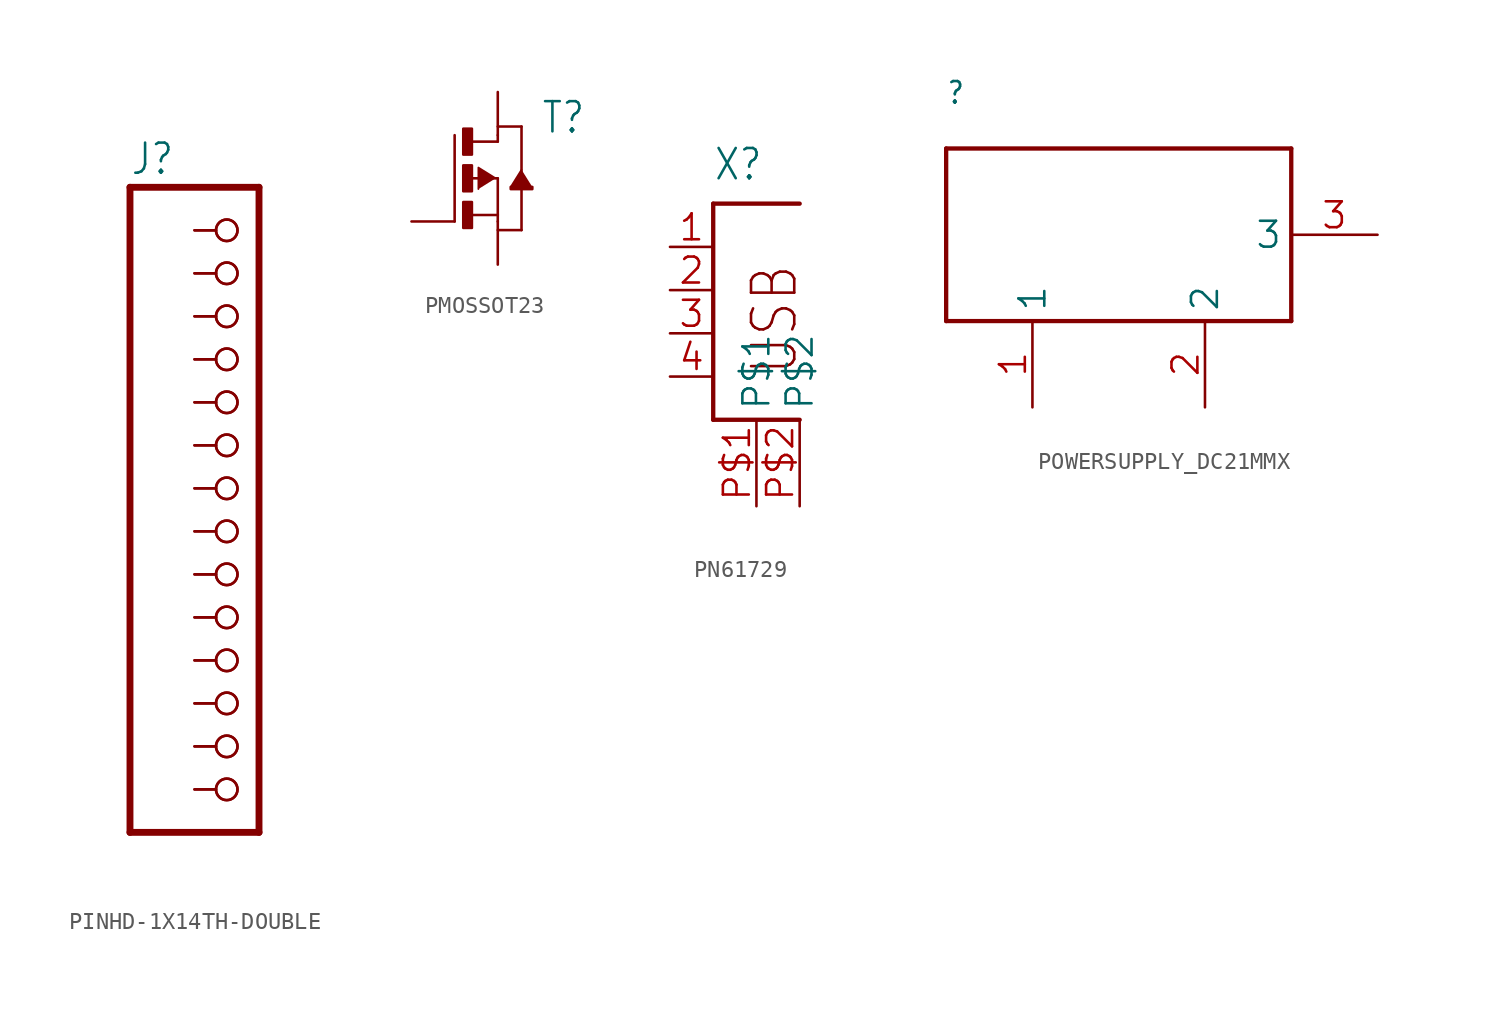
<source format=kicad_sym>
(kicad_symbol_lib
  (version 20241209)
  (generator "kicad_symbol_editor")
  (generator_version "9.0")
  (symbol "PINHD-1X14TH-DOUBLE"
    (property "Reference" "J"
      (at -6.35 18.415 0)
      (effects (font (size 1.778 1.511)) (justify left bottom)))
    (property "ki_locked" ""
      (at 0 0 0)
      (effects (font (size 1.27 1.27))))
    (symbol "PINHD-1X14TH-DOUBLE_1_0"
      (polyline (pts (xy -6.35 17.78) (xy -6.35 -20.32)) (stroke (width 0.406) (type solid)) (fill (type none)))
      (polyline (pts (xy -6.35 -20.32) (xy 1.27 -20.32)) (stroke (width 0.406) (type solid)) (fill (type none)))
      (polyline (pts (xy 1.27 17.78) (xy -6.35 17.78)) (stroke (width 0.406) (type solid)) (fill (type none)))
      (polyline (pts (xy 1.27 -20.32) (xy 1.27 17.78)) (stroke (width 0.406) (type solid)) (fill (type none)))
      (pin passive inverted (at -2.54 15.24 0) (length 2.54) (name "1" (effects (font (size 0 0)))) (number "1" (effects (font (size 0 0)))))
      (pin passive inverted (at -2.54 15.24 0) (length 2.54) (name "1" (effects (font (size 0 0)))) (number "15" (effects (font (size 0 0)))))
      (pin passive inverted (at -2.54 12.7 0) (length 2.54) (name "2" (effects (font (size 0 0)))) (number "16" (effects (font (size 0 0)))))
      (pin passive inverted (at -2.54 12.7 0) (length 2.54) (name "2" (effects (font (size 0 0)))) (number "2" (effects (font (size 0 0)))))
      (pin passive inverted (at -2.54 10.16 0) (length 2.54) (name "3" (effects (font (size 0 0)))) (number "17" (effects (font (size 0 0)))))
      (pin passive inverted (at -2.54 10.16 0) (length 2.54) (name "3" (effects (font (size 0 0)))) (number "3" (effects (font (size 0 0)))))
      (pin passive inverted (at -2.54 7.62 0) (length 2.54) (name "4" (effects (font (size 0 0)))) (number "18" (effects (font (size 0 0)))))
      (pin passive inverted (at -2.54 7.62 0) (length 2.54) (name "4" (effects (font (size 0 0)))) (number "4" (effects (font (size 0 0)))))
      (pin passive inverted (at -2.54 5.08 0) (length 2.54) (name "5" (effects (font (size 0 0)))) (number "19" (effects (font (size 0 0)))))
      (pin passive inverted (at -2.54 5.08 0) (length 2.54) (name "5" (effects (font (size 0 0)))) (number "5" (effects (font (size 0 0)))))
      (pin passive inverted (at -2.54 2.54 0) (length 2.54) (name "6" (effects (font (size 0 0)))) (number "20" (effects (font (size 0 0)))))
      (pin passive inverted (at -2.54 2.54 0) (length 2.54) (name "6" (effects (font (size 0 0)))) (number "6" (effects (font (size 0 0)))))
      (pin passive inverted (at -2.54 0 0) (length 2.54) (name "7" (effects (font (size 0 0)))) (number "21" (effects (font (size 0 0)))))
      (pin passive inverted (at -2.54 0 0) (length 2.54) (name "7" (effects (font (size 0 0)))) (number "7" (effects (font (size 0 0)))))
      (pin passive inverted (at -2.54 -2.54 0) (length 2.54) (name "8" (effects (font (size 0 0)))) (number "22" (effects (font (size 0 0)))))
      (pin passive inverted (at -2.54 -2.54 0) (length 2.54) (name "8" (effects (font (size 0 0)))) (number "8" (effects (font (size 0 0)))))
      (pin passive inverted (at -2.54 -5.08 0) (length 2.54) (name "9" (effects (font (size 0 0)))) (number "23" (effects (font (size 0 0)))))
      (pin passive inverted (at -2.54 -5.08 0) (length 2.54) (name "9" (effects (font (size 0 0)))) (number "9" (effects (font (size 0 0)))))
      (pin passive inverted (at -2.54 -7.62 0) (length 2.54) (name "10" (effects (font (size 0 0)))) (number "10" (effects (font (size 0 0)))))
      (pin passive inverted (at -2.54 -7.62 0) (length 2.54) (name "10" (effects (font (size 0 0)))) (number "24" (effects (font (size 0 0)))))
      (pin passive inverted (at -2.54 -10.16 0) (length 2.54) (name "11" (effects (font (size 0 0)))) (number "11" (effects (font (size 0 0)))))
      (pin passive inverted (at -2.54 -10.16 0) (length 2.54) (name "11" (effects (font (size 0 0)))) (number "25" (effects (font (size 0 0)))))
      (pin passive inverted (at -2.54 -12.7 0) (length 2.54) (name "12" (effects (font (size 0 0)))) (number "12" (effects (font (size 0 0)))))
      (pin passive inverted (at -2.54 -12.7 0) (length 2.54) (name "12" (effects (font (size 0 0)))) (number "26" (effects (font (size 0 0)))))
      (pin passive inverted (at -2.54 -15.24 0) (length 2.54) (name "13" (effects (font (size 0 0)))) (number "13" (effects (font (size 0 0)))))
      (pin passive inverted (at -2.54 -15.24 0) (length 2.54) (name "13" (effects (font (size 0 0)))) (number "27" (effects (font (size 0 0)))))
      (pin passive inverted (at -2.54 -17.78 0) (length 2.54) (name "14" (effects (font (size 0 0)))) (number "14" (effects (font (size 0 0)))))
      (pin passive inverted (at -2.54 -17.78 0) (length 2.54) (name "14" (effects (font (size 0 0)))) (number "28" (effects (font (size 0 0)))))))
  (symbol "PMOSSOT23"
    (property "Reference" "T"
      (at 2.54 2.54 0)
      (effects (font (size 1.778 1.511)) (justify left bottom)))
    (property "Value" ""
      (at 2.54 0 0)
      (effects (font (size 1.778 1.511)) (justify left bottom)))
    (property "ki_locked" ""
      (at 0 0 0)
      (effects (font (size 1.27 1.27))))
    (symbol "PMOSSOT23_1_0"
      (polyline (pts (xy -2.54 -2.54) (xy -2.54 2.54)) (stroke (width 0.152) (type solid)) (fill (type none)))
      (rectangle (start -2.032 1.397) (end -1.524 2.921) (stroke (width 0) (type default)) (fill (type outline)))
      (rectangle (start -2.032 -0.762) (end -1.524 0.762) (stroke (width 0) (type default)) (fill (type outline)))
      (rectangle (start -2.032 -2.921) (end -1.524 -1.397) (stroke (width 0) (type default)) (fill (type outline)))
      (polyline (pts (xy -1.651 0) (xy 0 0)) (stroke (width 0.152) (type solid)) (fill (type none)))
      (polyline (pts (xy -1.524 2.159) (xy 0 2.159)) (stroke (width 0.152) (type solid)) (fill (type none)))
      (polyline (pts (xy -1.524 -2.159) (xy 0 -2.159)) (stroke (width 0.152) (type solid)) (fill (type none)))
      (polyline (pts (xy -0.127 0) (xy -1.143 0.635) (xy -1.143 -0.635)) (stroke (width 0.102) (type solid)) (fill (type outline)))
      (polyline (pts (xy 0 3.048) (xy 1.397 3.048)) (stroke (width 0.152) (type solid)) (fill (type none)))
      (polyline (pts (xy 0 2.159) (xy 0 2.54)) (stroke (width 0.152) (type solid)) (fill (type none)))
      (polyline (pts (xy 0 0) (xy 0 -2.159)) (stroke (width 0.152) (type solid)) (fill (type none)))
      (polyline (pts (xy 0 -2.159) (xy 0 -2.54)) (stroke (width 0.152) (type solid)) (fill (type none)))
      (rectangle (start 0.762 -0.635) (end 2.032 -0.508) (stroke (width 0) (type default)) (fill (type outline)))
      (polyline (pts (xy 1.397 3.048) (xy 1.397 0.381)) (stroke (width 0.152) (type solid)) (fill (type none)))
      (polyline (pts (xy 1.397 0.508) (xy 0.762 -0.508) (xy 2.032 -0.508)) (stroke (width 0.102) (type solid)) (fill (type outline)))
      (polyline (pts (xy 1.397 -0.508) (xy 1.397 -3.048)) (stroke (width 0.152) (type solid)) (fill (type none)))
      (polyline (pts (xy 1.397 -3.048) (xy 0 -3.048)) (stroke (width 0.152) (type solid)) (fill (type none)))
      (pin passive line (at -5.08 -2.54 0) (length 2.54) (name "G" (effects (font (size 0 0)))) (number "3" (effects (font (size 0 0)))))
      (pin passive line (at 0 5.08 270) (length 2.54) (name "D" (effects (font (size 0 0)))) (number "1" (effects (font (size 0 0)))))
      (pin passive line (at 0 -5.08 90) (length 2.54) (name "S" (effects (font (size 0 0)))) (number "2" (effects (font (size 0 0)))))))
  (symbol "PN61729"
    (property "Reference" "X"
      (at 0 8.89 0)
      (effects (font (size 1.778 1.511)) (justify left bottom)))
    (property "Value" ""
      (at 0 12.7 0)
      (effects (font (size 1.778 1.511)) (justify left bottom)))
    (property "ki_locked" ""
      (at 0 0 0)
      (effects (font (size 1.27 1.27))))
    (symbol "PN61729_1_0"
      (polyline (pts (xy 0 7.62) (xy 0 -5.08)) (stroke (width 0.254) (type solid)) (fill (type none)))
      (polyline (pts (xy 0 7.62) (xy 5.08 7.62)) (stroke (width 0.254) (type solid)) (fill (type none)))
      (polyline (pts (xy 0 -5.08) (xy 5.08 -5.08)) (stroke (width 0.254) (type solid)) (fill (type none)))
      (text "USB" (at 5.08 -2.54 900) (effects (font (size 2.54 2.159)) (justify left bottom)))
      (pin bidirectional line (at -2.54 5.08 0) (length 2.54) (name "1" (effects (font (size 0 0)))) (number "1" (effects (font (size 1.524 1.524)))))
      (pin bidirectional line (at -2.54 2.54 0) (length 2.54) (name "2" (effects (font (size 0 0)))) (number "2" (effects (font (size 1.524 1.524)))))
      (pin bidirectional line (at -2.54 0 0) (length 2.54) (name "3" (effects (font (size 0 0)))) (number "3" (effects (font (size 1.524 1.524)))))
      (pin bidirectional line (at -2.54 -2.54 0) (length 2.54) (name "4" (effects (font (size 0 0)))) (number "4" (effects (font (size 1.524 1.524)))))
      (pin bidirectional line (at 2.54 -10.16 90) (length 5.08) (name "P$1" (effects (font (size 1.524 1.524)))) (number "P$1" (effects (font (size 1.524 1.524)))))
      (pin bidirectional line (at 5.08 -10.16 90) (length 5.08) (name "P$2" (effects (font (size 1.524 1.524)))) (number "P$2" (effects (font (size 1.524 1.524)))))))
  (symbol "POWERSUPPLY_DC21MMX"
    (property "Reference" ""
      (at -10.16 7.62 0)
      (effects (font (size 1.27 1.079)) (justify left bottom)))
    (property "Value" ""
      (at -10.16 5.08 0)
      (effects (font (size 1.27 1.079)) (justify left bottom)))
    (property "ki_locked" ""
      (at 0 0 0)
      (effects (font (size 1.27 1.27))))
    (symbol "POWERSUPPLY_DC21MMX_1_0"
      (polyline (pts (xy -10.16 5.08) (xy 10.16 5.08)) (stroke (width 0.254) (type solid)) (fill (type none)))
      (polyline (pts (xy -10.16 -5.08) (xy -10.16 5.08)) (stroke (width 0.254) (type solid)) (fill (type none)))
      (polyline (pts (xy 10.16 5.08) (xy 10.16 -5.08)) (stroke (width 0.254) (type solid)) (fill (type none)))
      (polyline (pts (xy 10.16 -5.08) (xy -10.16 -5.08)) (stroke (width 0.254) (type solid)) (fill (type none)))
      (pin power_in line (at -5.08 -10.16 90) (length 5.08) (name "1" (effects (font (size 1.524 1.524)))) (number "1" (effects (font (size 1.524 1.524)))))
      (pin power_in line (at 5.08 -10.16 90) (length 5.08) (name "2" (effects (font (size 1.524 1.524)))) (number "2" (effects (font (size 1.524 1.524)))))
      (pin power_in line (at 15.24 0 180) (length 5.08) (name "3" (effects (font (size 1.524 1.524)))) (number "3" (effects (font (size 1.524 1.524))))))))
</source>
